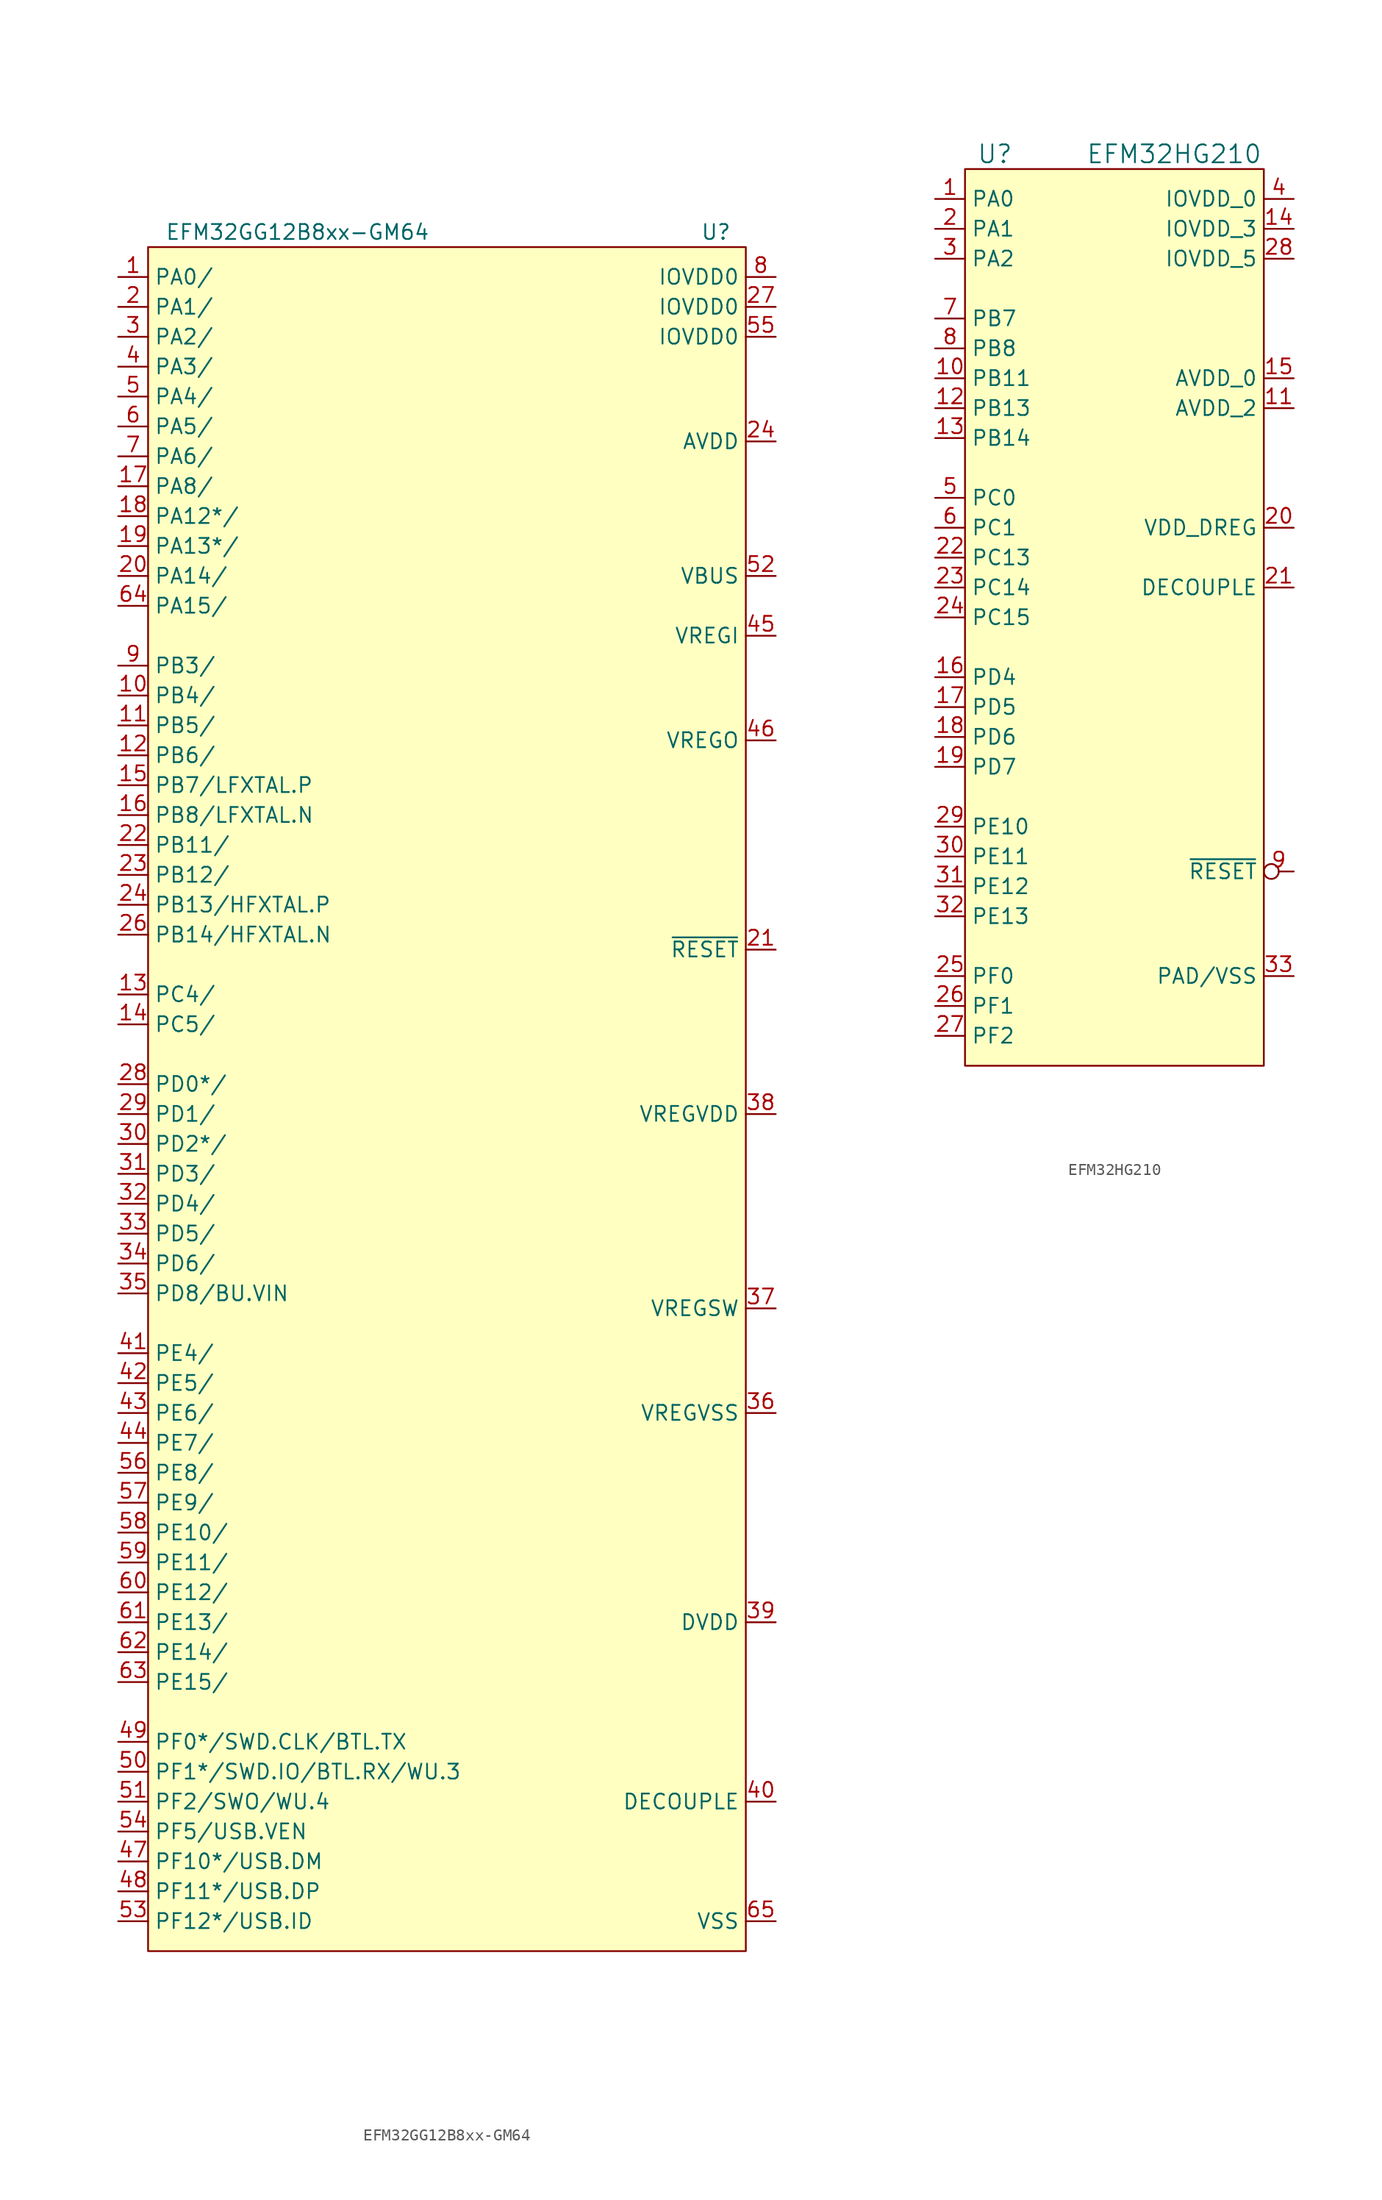
<source format=kicad_sym>
(kicad_symbol_lib
  (version 20231120)
  (generator "kicad_symbol_editor")
  (generator_version "8.0")
  (symbol "EFM32GG12B8xx-GM64"
    (property "Reference" "U"
      (at 21.59 74.93 0)
      (effects (font (size 1.27 1.27))))
    (property "Value" "EFM32GG12B8xx-GM64"
      (at -13.97 74.93 0)
      (effects (font (size 1.27 1.27))))
    (symbol "EFM32GG12B8xx-GM64_0_1"
      (rectangle (start -26.67 73.66) (end 24.13 -71.12) (stroke (width 0) (type default)) (fill (type background))))
    (symbol "EFM32GG12B8xx-GM64_1_1"
      (pin bidirectional line (at -29.21 71.12 0) (length 2.54) (name "PA0/" (effects (font (size 1.27 1.27)))) (number "1" (effects (font (size 1.27 1.27)))))
      (pin bidirectional line (at -29.21 35.56 0) (length 2.54) (name "PB4/" (effects (font (size 1.27 1.27)))) (number "10" (effects (font (size 1.27 1.27)))))
      (pin bidirectional line (at -29.21 33.02 0) (length 2.54) (name "PB5/" (effects (font (size 1.27 1.27)))) (number "11" (effects (font (size 1.27 1.27)))))
      (pin bidirectional line (at -29.21 30.48 0) (length 2.54) (name "PB6/" (effects (font (size 1.27 1.27)))) (number "12" (effects (font (size 1.27 1.27)))))
      (pin bidirectional line (at -29.21 10.16 0) (length 2.54) (name "PC4/" (effects (font (size 1.27 1.27)))) (number "13" (effects (font (size 1.27 1.27)))))
      (pin bidirectional line (at -29.21 7.62 0) (length 2.54) (name "PC5/" (effects (font (size 1.27 1.27)))) (number "14" (effects (font (size 1.27 1.27)))))
      (pin bidirectional line (at -29.21 27.94 0) (length 2.54) (name "PB7/LFXTAL.P" (effects (font (size 1.27 1.27)))) (number "15" (effects (font (size 1.27 1.27)))))
      (pin bidirectional line (at -29.21 25.4 0) (length 2.54) (name "PB8/LFXTAL.N" (effects (font (size 1.27 1.27)))) (number "16" (effects (font (size 1.27 1.27)))))
      (pin bidirectional line (at -29.21 53.34 0) (length 2.54) (name "PA8/" (effects (font (size 1.27 1.27)))) (number "17" (effects (font (size 1.27 1.27)))))
      (pin bidirectional line (at -29.21 50.8 0) (length 2.54) (name "PA12*/" (effects (font (size 1.27 1.27)))) (number "18" (effects (font (size 1.27 1.27)))))
      (pin bidirectional line (at -29.21 48.26 0) (length 2.54) (name "PA13*/" (effects (font (size 1.27 1.27)))) (number "19" (effects (font (size 1.27 1.27)))))
      (pin bidirectional line (at -29.21 68.58 0) (length 2.54) (name "PA1/" (effects (font (size 1.27 1.27)))) (number "2" (effects (font (size 1.27 1.27)))))
      (pin bidirectional line (at -29.21 45.72 0) (length 2.54) (name "PA14/" (effects (font (size 1.27 1.27)))) (number "20" (effects (font (size 1.27 1.27)))))
      (pin input line (at 26.67 13.97 180) (length 2.54) (name "~{RESET}" (effects (font (size 1.27 1.27)))) (number "21" (effects (font (size 1.27 1.27)))))
      (pin bidirectional line (at -29.21 22.86 0) (length 2.54) (name "PB11/" (effects (font (size 1.27 1.27)))) (number "22" (effects (font (size 1.27 1.27)))))
      (pin bidirectional line (at -29.21 20.32 0) (length 2.54) (name "PB12/" (effects (font (size 1.27 1.27)))) (number "23" (effects (font (size 1.27 1.27)))))
      (pin power_in line (at 26.67 57.15 180) (length 2.54) (name "AVDD" (effects (font (size 1.27 1.27)))) (number "24" (effects (font (size 1.27 1.27)))))
      (pin bidirectional line (at -29.21 17.78 0) (length 2.54) (name "PB13/HFXTAL.P" (effects (font (size 1.27 1.27)))) (number "24" (effects (font (size 1.27 1.27)))))
      (pin bidirectional line (at -29.21 15.24 0) (length 2.54) (name "PB14/HFXTAL.N" (effects (font (size 1.27 1.27)))) (number "26" (effects (font (size 1.27 1.27)))))
      (pin power_in line (at 26.67 68.58 180) (length 2.54) (name "IOVDD0" (effects (font (size 1.27 1.27)))) (number "27" (effects (font (size 1.27 1.27)))))
      (pin bidirectional line (at -29.21 2.54 0) (length 2.54) (name "PD0*/" (effects (font (size 1.27 1.27)))) (number "28" (effects (font (size 1.27 1.27)))))
      (pin bidirectional line (at -29.21 0 0) (length 2.54) (name "PD1/" (effects (font (size 1.27 1.27)))) (number "29" (effects (font (size 1.27 1.27)))))
      (pin bidirectional line (at -29.21 66.04 0) (length 2.54) (name "PA2/" (effects (font (size 1.27 1.27)))) (number "3" (effects (font (size 1.27 1.27)))))
      (pin bidirectional line (at -29.21 -2.54 0) (length 2.54) (name "PD2*/" (effects (font (size 1.27 1.27)))) (number "30" (effects (font (size 1.27 1.27)))))
      (pin bidirectional line (at -29.21 -5.08 0) (length 2.54) (name "PD3/" (effects (font (size 1.27 1.27)))) (number "31" (effects (font (size 1.27 1.27)))))
      (pin bidirectional line (at -29.21 -7.62 0) (length 2.54) (name "PD4/" (effects (font (size 1.27 1.27)))) (number "32" (effects (font (size 1.27 1.27)))))
      (pin bidirectional line (at -29.21 -10.16 0) (length 2.54) (name "PD5/" (effects (font (size 1.27 1.27)))) (number "33" (effects (font (size 1.27 1.27)))))
      (pin bidirectional line (at -29.21 -12.7 0) (length 2.54) (name "PD6/" (effects (font (size 1.27 1.27)))) (number "34" (effects (font (size 1.27 1.27)))))
      (pin bidirectional line (at -29.21 -15.24 0) (length 2.54) (name "PD8/BU.VIN" (effects (font (size 1.27 1.27)))) (number "35" (effects (font (size 1.27 1.27)))))
      (pin power_in line (at 26.67 -25.4 180) (length 2.54) (name "VREGVSS" (effects (font (size 1.27 1.27)))) (number "36" (effects (font (size 1.27 1.27)))))
      (pin power_out line (at 26.67 -16.51 180) (length 2.54) (name "VREGSW" (effects (font (size 1.27 1.27)))) (number "37" (effects (font (size 1.27 1.27)))))
      (pin power_in line (at 26.67 0 180) (length 2.54) (name "VREGVDD" (effects (font (size 1.27 1.27)))) (number "38" (effects (font (size 1.27 1.27)))))
      (pin power_in line (at 26.67 -43.18 180) (length 2.54) (name "DVDD" (effects (font (size 1.27 1.27)))) (number "39" (effects (font (size 1.27 1.27)))))
      (pin bidirectional line (at -29.21 63.5 0) (length 2.54) (name "PA3/" (effects (font (size 1.27 1.27)))) (number "4" (effects (font (size 1.27 1.27)))))
      (pin passive line (at 26.67 -58.42 180) (length 2.54) (name "DECOUPLE" (effects (font (size 1.27 1.27)))) (number "40" (effects (font (size 1.27 1.27)))))
      (pin bidirectional line (at -29.21 -20.32 0) (length 2.54) (name "PE4/" (effects (font (size 1.27 1.27)))) (number "41" (effects (font (size 1.27 1.27)))))
      (pin bidirectional line (at -29.21 -22.86 0) (length 2.54) (name "PE5/" (effects (font (size 1.27 1.27)))) (number "42" (effects (font (size 1.27 1.27)))))
      (pin bidirectional line (at -29.21 -25.4 0) (length 2.54) (name "PE6/" (effects (font (size 1.27 1.27)))) (number "43" (effects (font (size 1.27 1.27)))))
      (pin bidirectional line (at -29.21 -27.94 0) (length 2.54) (name "PE7/" (effects (font (size 1.27 1.27)))) (number "44" (effects (font (size 1.27 1.27)))))
      (pin power_in line (at 26.67 40.64 180) (length 2.54) (name "VREGI" (effects (font (size 1.27 1.27)))) (number "45" (effects (font (size 1.27 1.27)))))
      (pin power_out line (at 26.67 31.75 180) (length 2.54) (name "VREGO" (effects (font (size 1.27 1.27)))) (number "46" (effects (font (size 1.27 1.27)))))
      (pin bidirectional line (at -29.21 -63.5 0) (length 2.54) (name "PF10*/USB.DM" (effects (font (size 1.27 1.27)))) (number "47" (effects (font (size 1.27 1.27)))))
      (pin bidirectional line (at -29.21 -66.04 0) (length 2.54) (name "PF11*/USB.DP" (effects (font (size 1.27 1.27)))) (number "48" (effects (font (size 1.27 1.27)))))
      (pin bidirectional line (at -29.21 -53.34 0) (length 2.54) (name "PF0*/SWD.CLK/BTL.TX" (effects (font (size 1.27 1.27)))) (number "49" (effects (font (size 1.27 1.27)))))
      (pin bidirectional line (at -29.21 60.96 0) (length 2.54) (name "PA4/" (effects (font (size 1.27 1.27)))) (number "5" (effects (font (size 1.27 1.27)))))
      (pin bidirectional line (at -29.21 -55.88 0) (length 2.54) (name "PF1*/SWD.IO/BTL.RX/WU.3" (effects (font (size 1.27 1.27)))) (number "50" (effects (font (size 1.27 1.27)))))
      (pin bidirectional line (at -29.21 -58.42 0) (length 2.54) (name "PF2/SWO/WU.4" (effects (font (size 1.27 1.27)))) (number "51" (effects (font (size 1.27 1.27)))))
      (pin passive line (at 26.67 45.72 180) (length 2.54) (name "VBUS" (effects (font (size 1.27 1.27)))) (number "52" (effects (font (size 1.27 1.27)))))
      (pin bidirectional line (at -29.21 -68.58 0) (length 2.54) (name "PF12*/USB.ID" (effects (font (size 1.27 1.27)))) (number "53" (effects (font (size 1.27 1.27)))))
      (pin bidirectional line (at -29.21 -60.96 0) (length 2.54) (name "PF5/USB.VEN" (effects (font (size 1.27 1.27)))) (number "54" (effects (font (size 1.27 1.27)))))
      (pin power_in line (at 26.67 66.04 180) (length 2.54) (name "IOVDD0" (effects (font (size 1.27 1.27)))) (number "55" (effects (font (size 1.27 1.27)))))
      (pin bidirectional line (at -29.21 -30.48 0) (length 2.54) (name "PE8/" (effects (font (size 1.27 1.27)))) (number "56" (effects (font (size 1.27 1.27)))))
      (pin bidirectional line (at -29.21 -33.02 0) (length 2.54) (name "PE9/" (effects (font (size 1.27 1.27)))) (number "57" (effects (font (size 1.27 1.27)))))
      (pin bidirectional line (at -29.21 -35.56 0) (length 2.54) (name "PE10/" (effects (font (size 1.27 1.27)))) (number "58" (effects (font (size 1.27 1.27)))))
      (pin bidirectional line (at -29.21 -38.1 0) (length 2.54) (name "PE11/" (effects (font (size 1.27 1.27)))) (number "59" (effects (font (size 1.27 1.27)))))
      (pin bidirectional line (at -29.21 58.42 0) (length 2.54) (name "PA5/" (effects (font (size 1.27 1.27)))) (number "6" (effects (font (size 1.27 1.27)))))
      (pin bidirectional line (at -29.21 -40.64 0) (length 2.54) (name "PE12/" (effects (font (size 1.27 1.27)))) (number "60" (effects (font (size 1.27 1.27)))))
      (pin bidirectional line (at -29.21 -43.18 0) (length 2.54) (name "PE13/" (effects (font (size 1.27 1.27)))) (number "61" (effects (font (size 1.27 1.27)))))
      (pin bidirectional line (at -29.21 -45.72 0) (length 2.54) (name "PE14/" (effects (font (size 1.27 1.27)))) (number "62" (effects (font (size 1.27 1.27)))))
      (pin bidirectional line (at -29.21 -48.26 0) (length 2.54) (name "PE15/" (effects (font (size 1.27 1.27)))) (number "63" (effects (font (size 1.27 1.27)))))
      (pin bidirectional line (at -29.21 43.18 0) (length 2.54) (name "PA15/" (effects (font (size 1.27 1.27)))) (number "64" (effects (font (size 1.27 1.27)))))
      (pin power_in line (at 26.67 -68.58 180) (length 2.54) (name "VSS" (effects (font (size 1.27 1.27)))) (number "65" (effects (font (size 1.27 1.27)))))
      (pin bidirectional line (at -29.21 55.88 0) (length 2.54) (name "PA6/" (effects (font (size 1.27 1.27)))) (number "7" (effects (font (size 1.27 1.27)))))
      (pin power_in line (at 26.67 71.12 180) (length 2.54) (name "IOVDD0" (effects (font (size 1.27 1.27)))) (number "8" (effects (font (size 1.27 1.27)))))
      (pin bidirectional line (at -29.21 38.1 0) (length 2.54) (name "PB3/" (effects (font (size 1.27 1.27)))) (number "9" (effects (font (size 1.27 1.27)))))))
  (symbol "EFM32HG210"
    (property "Reference" "U"
      (at -10.16 39.37 0)
      (effects (font (size 1.524 1.524))))
    (property "Value" "EFM32HG210"
      (at 5.08 39.37 0)
      (effects (font (size 1.524 1.524))))
    (symbol "EFM32HG210_0_1"
      (rectangle (start -12.7 -38.1) (end 12.7 38.1) (stroke (width 0) (type default)) (fill (type background))))
    (symbol "EFM32HG210_1_1"
      (pin bidirectional line (at -15.24 35.56 0) (length 2.54) (name "PA0" (effects (font (size 1.27 1.27)))) (number "1" (effects (font (size 1.27 1.27)))))
      (pin bidirectional line (at -15.24 20.32 0) (length 2.54) (name "PB11" (effects (font (size 1.27 1.27)))) (number "10" (effects (font (size 1.27 1.27)))))
      (pin power_in line (at 15.24 17.78 180) (length 2.54) (name "AVDD_2" (effects (font (size 1.27 1.27)))) (number "11" (effects (font (size 1.27 1.27)))))
      (pin bidirectional line (at -15.24 17.78 0) (length 2.54) (name "PB13" (effects (font (size 1.27 1.27)))) (number "12" (effects (font (size 1.27 1.27)))))
      (pin bidirectional line (at -15.24 15.24 0) (length 2.54) (name "PB14" (effects (font (size 1.27 1.27)))) (number "13" (effects (font (size 1.27 1.27)))))
      (pin power_in line (at 15.24 33.02 180) (length 2.54) (name "IOVDD_3" (effects (font (size 1.27 1.27)))) (number "14" (effects (font (size 1.27 1.27)))))
      (pin power_in line (at 15.24 20.32 180) (length 2.54) (name "AVDD_0" (effects (font (size 1.27 1.27)))) (number "15" (effects (font (size 1.27 1.27)))))
      (pin bidirectional line (at -15.24 -5.08 0) (length 2.54) (name "PD4" (effects (font (size 1.27 1.27)))) (number "16" (effects (font (size 1.27 1.27)))))
      (pin bidirectional line (at -15.24 -7.62 0) (length 2.54) (name "PD5" (effects (font (size 1.27 1.27)))) (number "17" (effects (font (size 1.27 1.27)))))
      (pin bidirectional line (at -15.24 -10.16 0) (length 2.54) (name "PD6" (effects (font (size 1.27 1.27)))) (number "18" (effects (font (size 1.27 1.27)))))
      (pin bidirectional line (at -15.24 -12.7 0) (length 2.54) (name "PD7" (effects (font (size 1.27 1.27)))) (number "19" (effects (font (size 1.27 1.27)))))
      (pin bidirectional line (at -15.24 33.02 0) (length 2.54) (name "PA1" (effects (font (size 1.27 1.27)))) (number "2" (effects (font (size 1.27 1.27)))))
      (pin power_in line (at 15.24 7.62 180) (length 2.54) (name "VDD_DREG" (effects (font (size 1.27 1.27)))) (number "20" (effects (font (size 1.27 1.27)))))
      (pin passive line (at 15.24 2.54 180) (length 2.54) (name "DECOUPLE" (effects (font (size 1.27 1.27)))) (number "21" (effects (font (size 1.27 1.27)))))
      (pin bidirectional line (at -15.24 5.08 0) (length 2.54) (name "PC13" (effects (font (size 1.27 1.27)))) (number "22" (effects (font (size 1.27 1.27)))))
      (pin bidirectional line (at -15.24 2.54 0) (length 2.54) (name "PC14" (effects (font (size 1.27 1.27)))) (number "23" (effects (font (size 1.27 1.27)))))
      (pin bidirectional line (at -15.24 0 0) (length 2.54) (name "PC15" (effects (font (size 1.27 1.27)))) (number "24" (effects (font (size 1.27 1.27)))))
      (pin bidirectional line (at -15.24 -30.48 0) (length 2.54) (name "PF0" (effects (font (size 1.27 1.27)))) (number "25" (effects (font (size 1.27 1.27)))))
      (pin bidirectional line (at -15.24 -33.02 0) (length 2.54) (name "PF1" (effects (font (size 1.27 1.27)))) (number "26" (effects (font (size 1.27 1.27)))))
      (pin bidirectional line (at -15.24 -35.56 0) (length 2.54) (name "PF2" (effects (font (size 1.27 1.27)))) (number "27" (effects (font (size 1.27 1.27)))))
      (pin power_in line (at 15.24 30.48 180) (length 2.54) (name "IOVDD_5" (effects (font (size 1.27 1.27)))) (number "28" (effects (font (size 1.27 1.27)))))
      (pin bidirectional line (at -15.24 -17.78 0) (length 2.54) (name "PE10" (effects (font (size 1.27 1.27)))) (number "29" (effects (font (size 1.27 1.27)))))
      (pin bidirectional line (at -15.24 30.48 0) (length 2.54) (name "PA2" (effects (font (size 1.27 1.27)))) (number "3" (effects (font (size 1.27 1.27)))))
      (pin bidirectional line (at -15.24 -20.32 0) (length 2.54) (name "PE11" (effects (font (size 1.27 1.27)))) (number "30" (effects (font (size 1.27 1.27)))))
      (pin bidirectional line (at -15.24 -22.86 0) (length 2.54) (name "PE12" (effects (font (size 1.27 1.27)))) (number "31" (effects (font (size 1.27 1.27)))))
      (pin bidirectional line (at -15.24 -25.4 0) (length 2.54) (name "PE13" (effects (font (size 1.27 1.27)))) (number "32" (effects (font (size 1.27 1.27)))))
      (pin power_in line (at 15.24 -30.48 180) (length 2.54) (name "PAD/VSS" (effects (font (size 1.27 1.27)))) (number "33" (effects (font (size 1.27 1.27)))))
      (pin power_in line (at 15.24 35.56 180) (length 2.54) (name "IOVDD_0" (effects (font (size 1.27 1.27)))) (number "4" (effects (font (size 1.27 1.27)))))
      (pin bidirectional line (at -15.24 10.16 0) (length 2.54) (name "PC0" (effects (font (size 1.27 1.27)))) (number "5" (effects (font (size 1.27 1.27)))))
      (pin bidirectional line (at -15.24 7.62 0) (length 2.54) (name "PC1" (effects (font (size 1.27 1.27)))) (number "6" (effects (font (size 1.27 1.27)))))
      (pin bidirectional line (at -15.24 25.4 0) (length 2.54) (name "PB7" (effects (font (size 1.27 1.27)))) (number "7" (effects (font (size 1.27 1.27)))))
      (pin bidirectional line (at -15.24 22.86 0) (length 2.54) (name "PB8" (effects (font (size 1.27 1.27)))) (number "8" (effects (font (size 1.27 1.27)))))
      (pin input inverted (at 15.24 -21.59 180) (length 2.54) (name "~{RESET}" (effects (font (size 1.27 1.27)))) (number "9" (effects (font (size 1.27 1.27))))))))
</source>
